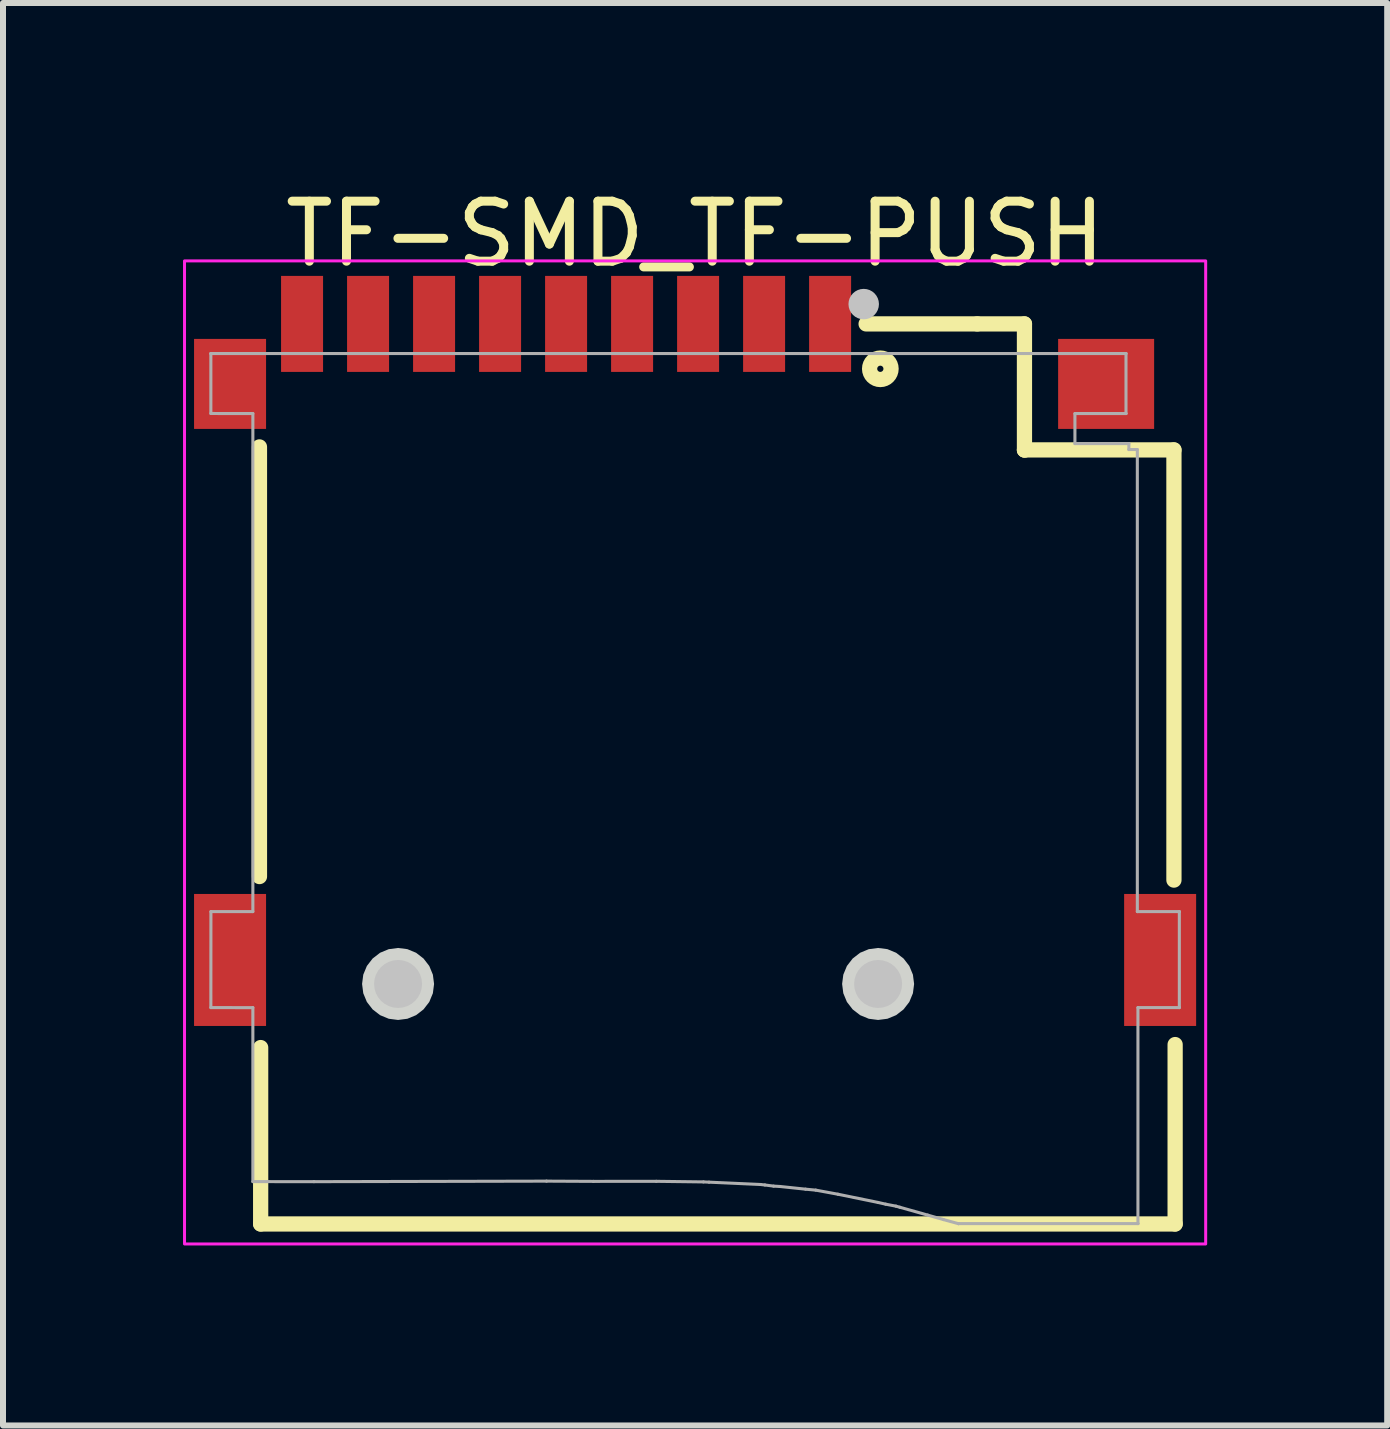
<source format=kicad_pcb>
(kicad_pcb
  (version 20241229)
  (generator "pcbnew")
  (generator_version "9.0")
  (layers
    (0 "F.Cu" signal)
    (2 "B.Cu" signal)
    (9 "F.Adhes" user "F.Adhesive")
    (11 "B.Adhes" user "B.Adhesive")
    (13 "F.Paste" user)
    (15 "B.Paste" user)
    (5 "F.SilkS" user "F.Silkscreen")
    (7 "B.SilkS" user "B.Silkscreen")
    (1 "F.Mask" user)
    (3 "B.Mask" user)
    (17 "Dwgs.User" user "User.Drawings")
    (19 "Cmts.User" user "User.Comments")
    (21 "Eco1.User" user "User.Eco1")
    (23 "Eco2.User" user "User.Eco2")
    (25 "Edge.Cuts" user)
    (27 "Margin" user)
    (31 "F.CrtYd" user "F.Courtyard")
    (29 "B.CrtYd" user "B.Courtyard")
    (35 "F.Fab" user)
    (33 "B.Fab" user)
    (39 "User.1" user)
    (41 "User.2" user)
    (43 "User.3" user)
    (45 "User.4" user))
  (footprint "TF-SMD_TF-PUSH"
    (layer "F.Cu")
    (at 8.534 7.648)
    (property "Reference" "TF-SMD_TF-PUSH" (at 0 -6.8 0) (layer "F.SilkS") (effects (font (size 1 1) (thickness 0.15))))
    (fp_line (start -7.26 -3.25) (end -7.26 3.91) (stroke (width 0.254) (type default)) (layer "F.SilkS"))
    (fp_line (start -7.24 9.7) (end -7.24 6.76) (stroke (width 0.254) (type default)) (layer "F.SilkS"))
    (fp_line (start -7.24 9.7) (end 8 9.7) (stroke (width 0.254) (type default)) (layer "F.SilkS"))
    (fp_line (start 4.702 -5.3) (end 2.85 -5.3) (stroke (width 0.254) (type default)) (layer "F.SilkS"))
    (fp_line (start 4.702 -5.3) (end 5.489 -5.3) (stroke (width 0.254) (type default)) (layer "F.SilkS"))
    (fp_line (start 5.489 -5.3) (end 5.489 -3.199) (stroke (width 0.254) (type default)) (layer "F.SilkS"))
    (fp_line (start 5.489 -3.199) (end 5.5 -3.2) (stroke (width 0.254) (type default)) (layer "F.SilkS"))
    (fp_line (start 7.98 -3.2) (end 5.49 -3.2) (stroke (width 0.254) (type default)) (layer "F.SilkS"))
    (fp_line (start 7.98 3.969) (end 7.98 -3.2) (stroke (width 0.254) (type default)) (layer "F.SilkS"))
    (fp_line (start 8 9.7) (end 8 6.71) (stroke (width 0.254) (type default)) (layer "F.SilkS"))
    (fp_circle (center 3.087 -4.552) (end 3.139 -4.552) (stroke (width 0.254) (type default)) (fill no) (layer "F.SilkS"))
    (fp_circle (center -4.95 5.7) (end -4.75 5.7) (stroke (width 0.4) (type default)) (fill no) (layer "Dwgs.User"))
    (fp_circle (center 2.81 -5.63) (end 2.937 -5.63) (stroke (width 0.254) (type default)) (fill no) (layer "Dwgs.User"))
    (fp_circle (center 3.05 5.7) (end 3.25 5.7) (stroke (width 0.4) (type default)) (fill no) (layer "Dwgs.User"))
    (fp_poly (pts (xy -4.35 5.7) (xy -4.37 5.545) (xy -4.43 5.4) (xy -4.526 5.276) (xy -4.65 5.18) (xy -4.795 5.12) (xy -4.95 5.1) (xy -5.105 5.12) (xy -5.25 5.18) (xy -5.374 5.276) (xy -5.47 5.4) (xy -5.53 5.545) (xy -5.55 5.7) (xy -5.53 5.855) (xy -5.47 6) (xy -5.374 6.124) (xy -5.25 6.22) (xy -5.105 6.28) (xy -4.95 6.3) (xy -4.795 6.28) (xy -4.65 6.22) (xy -4.526 6.124) (xy -4.43 6) (xy -4.37 5.855)) (stroke (width 0) (type default)) (fill yes) (layer "Edge.Cuts"))
    (fp_poly (pts (xy 3.65 5.7) (xy 3.63 5.545) (xy 3.57 5.4) (xy 3.474 5.276) (xy 3.35 5.18) (xy 3.205 5.12) (xy 3.05 5.1) (xy 2.895 5.12) (xy 2.75 5.18) (xy 2.626 5.276) (xy 2.53 5.4) (xy 2.47 5.545) (xy 2.45 5.7) (xy 2.47 5.855) (xy 2.53 6) (xy 2.626 6.124) (xy 2.75 6.22) (xy 2.895 6.28) (xy 3.05 6.3) (xy 3.205 6.28) (xy 3.35 6.22) (xy 3.474 6.124) (xy 3.57 6) (xy 3.63 5.855)) (stroke (width 0) (type default)) (fill yes) (layer "Edge.Cuts"))
    (fp_rect (start -8.509 -6.35) (end 8.509 10.033) (stroke (width 0.05) (type default)) (fill no) (layer "F.CrtYd"))
    (fp_line (start -8.07 -4.806) (end 7.181 -4.806) (stroke (width 0.051) (type default)) (layer "F.Fab"))
    (fp_line (start -8.07 -4.806) (end -8.07 -4.806) (stroke (width 0.051) (type default)) (layer "F.Fab"))
    (fp_line (start -8.07 -3.807) (end -8.07 -4.806) (stroke (width 0.051) (type default)) (layer "F.Fab"))
    (fp_line (start -8.07 6.094) (end -8.069 4.494) (stroke (width 0.051) (type default)) (layer "F.Fab"))
    (fp_line (start -8.069 4.494) (end -7.37 4.494) (stroke (width 0.051) (type default)) (layer "F.Fab"))
    (fp_line (start -7.37 -3.806) (end -8.07 -3.807) (stroke (width 0.051) (type default)) (layer "F.Fab"))
    (fp_line (start -7.37 4.494) (end -7.37 -3.806) (stroke (width 0.051) (type default)) (layer "F.Fab"))
    (fp_line (start -7.37 6.095) (end -8.07 6.094) (stroke (width 0.051) (type default)) (layer "F.Fab"))
    (fp_line (start -7.37 8.994) (end -7.37 6.095) (stroke (width 0.051) (type default)) (layer "F.Fab"))
    (fp_line (start -6.352 8.995) (end -7.37 8.994) (stroke (width 0.051) (type default)) (layer "F.Fab"))
    (fp_line (start -2.476 8.986) (end -6.352 8.995) (stroke (width 0.051) (type default)) (layer "F.Fab"))
    (fp_line (start -1.695 8.99) (end -2.476 8.986) (stroke (width 0.051) (type default)) (layer "F.Fab"))
    (fp_line (start -0.647 8.989) (end -1.695 8.99) (stroke (width 0.051) (type default)) (layer "F.Fab"))
    (fp_line (start 0.139 8.999) (end -0.647 8.989) (stroke (width 0.051) (type default)) (layer "F.Fab"))
    (fp_line (start 0.232 9.003) (end 0.139 8.999) (stroke (width 0.051) (type default)) (layer "F.Fab"))
    (fp_line (start 1.091 9.042) (end 0.232 9.003) (stroke (width 0.051) (type default)) (layer "F.Fab"))
    (fp_line (start 1.163 9.05) (end 1.091 9.042) (stroke (width 0.051) (type default)) (layer "F.Fab"))
    (fp_line (start 1.308 9.069) (end 1.163 9.05) (stroke (width 0.051) (type default)) (layer "F.Fab"))
    (fp_line (start 1.414 9.075) (end 1.308 9.069) (stroke (width 0.051) (type default)) (layer "F.Fab"))
    (fp_line (start 1.841 9.12) (end 1.414 9.075) (stroke (width 0.051) (type default)) (layer "F.Fab"))
    (fp_line (start 2.011 9.136) (end 1.841 9.12) (stroke (width 0.051) (type default)) (layer "F.Fab"))
    (fp_line (start 2.38 9.204) (end 2.011 9.136) (stroke (width 0.051) (type default)) (layer "F.Fab"))
    (fp_line (start 3.048 9.341) (end 2.38 9.204) (stroke (width 0.051) (type default)) (layer "F.Fab"))
    (fp_line (start 3.176 9.37) (end 3.048 9.341) (stroke (width 0.051) (type default)) (layer "F.Fab"))
    (fp_line (start 3.348 9.403) (end 3.176 9.37) (stroke (width 0.051) (type default)) (layer "F.Fab"))
    (fp_line (start 3.412 9.421) (end 3.348 9.403) (stroke (width 0.051) (type default)) (layer "F.Fab"))
    (fp_line (start 3.876 9.552) (end 3.412 9.421) (stroke (width 0.051) (type default)) (layer "F.Fab"))
    (fp_line (start 4.141 9.627) (end 3.876 9.552) (stroke (width 0.051) (type default)) (layer "F.Fab"))
    (fp_line (start 4.388 9.695) (end 4.141 9.627) (stroke (width 0.051) (type default)) (layer "F.Fab"))
    (fp_line (start 4.389 9.694) (end 4.388 9.695) (stroke (width 0.051) (type default)) (layer "F.Fab"))
    (fp_line (start 6.33 -3.806) (end 6.33 -3.305) (stroke (width 0.051) (type default)) (layer "F.Fab"))
    (fp_line (start 6.33 -3.305) (end 7.229 -3.305) (stroke (width 0.051) (type default)) (layer "F.Fab"))
    (fp_line (start 7.181 -4.806) (end 7.181 -4.806) (stroke (width 0.051) (type default)) (layer "F.Fab"))
    (fp_line (start 7.181 -4.806) (end 7.181 -3.807) (stroke (width 0.051) (type default)) (layer "F.Fab"))
    (fp_line (start 7.181 -3.807) (end 7.181 -3.806) (stroke (width 0.051) (type default)) (layer "F.Fab"))
    (fp_line (start 7.181 -3.806) (end 6.33 -3.806) (stroke (width 0.051) (type default)) (layer "F.Fab"))
    (fp_line (start 7.229 -3.305) (end 7.229 -3.206) (stroke (width 0.051) (type default)) (layer "F.Fab"))
    (fp_line (start 7.229 -3.206) (end 7.37 -3.206) (stroke (width 0.051) (type default)) (layer "F.Fab"))
    (fp_line (start 7.37 -3.206) (end 7.37 4.494) (stroke (width 0.051) (type default)) (layer "F.Fab"))
    (fp_line (start 7.37 4.494) (end 8.069 4.494) (stroke (width 0.051) (type default)) (layer "F.Fab"))
    (fp_line (start 7.38 9.694) (end 4.389 9.694) (stroke (width 0.051) (type default)) (layer "F.Fab"))
    (fp_line (start 7.38 6.094) (end 7.38 9.693) (stroke (width 0.051) (type default)) (layer "F.Fab"))
    (fp_line (start 7.38 9.693) (end 7.38 9.694) (stroke (width 0.051) (type default)) (layer "F.Fab"))
    (fp_line (start 8.069 4.494) (end 8.07 4.495) (stroke (width 0.051) (type default)) (layer "F.Fab"))
    (fp_line (start 8.069 6.094) (end 7.38 6.094) (stroke (width 0.051) (type default)) (layer "F.Fab"))
    (fp_line (start 8.07 4.495) (end 8.07 6.093) (stroke (width 0.051) (type default)) (layer "F.Fab"))
    (fp_line (start 8.07 6.093) (end 8.069 6.094) (stroke (width 0.051) (type default)) (layer "F.Fab"))
    (fp_poly (pts (xy -6.7 -5.505) (xy -6.4 -5.505) (xy -6.4 -4.805) (xy -6.7 -4.805)) (stroke (width 0.1) (type default)) (fill no) (layer "User.1"))
    (fp_poly (pts (xy -5.6 -5.505) (xy -5.3 -5.505) (xy -5.3 -4.805) (xy -5.6 -4.805)) (stroke (width 0.1) (type default)) (fill no) (layer "User.1"))
    (fp_poly (pts (xy -4.5 -5.505) (xy -4.2 -5.505) (xy -4.2 -4.805) (xy -4.5 -4.805)) (stroke (width 0.1) (type default)) (fill no) (layer "User.1"))
    (fp_poly (pts (xy -3.4 -5.505) (xy -3.1 -5.505) (xy -3.1 -4.805) (xy -3.4 -4.805)) (stroke (width 0.1) (type default)) (fill no) (layer "User.1"))
    (fp_poly (pts (xy -2.3 -5.505) (xy -2 -5.505) (xy -2 -4.805) (xy -2.3 -4.805)) (stroke (width 0.1) (type default)) (fill no) (layer "User.1"))
    (fp_poly (pts (xy -1.2 -5.505) (xy -0.9 -5.505) (xy -0.9 -4.805) (xy -1.2 -4.805)) (stroke (width 0.1) (type default)) (fill no) (layer "User.1"))
    (fp_poly (pts (xy -0.1 -5.505) (xy 0.2 -5.505) (xy 0.2 -4.805) (xy -0.1 -4.805)) (stroke (width 0.1) (type default)) (fill no) (layer "User.1"))
    (fp_poly (pts (xy 1 -5.505) (xy 1.3 -5.505) (xy 1.3 -4.805) (xy 1 -4.805)) (stroke (width 0.1) (type default)) (fill no) (layer "User.1"))
    (fp_poly (pts (xy 2.1 -5.505) (xy 2.4 -5.505) (xy 2.4 -4.805) (xy 2.1 -4.805)) (stroke (width 0.1) (type default)) (fill no) (layer "User.1"))
    (fp_poly (pts (xy -7.369 6.094) (xy -7.37 4.495) (xy -8.069 4.495) (xy -8.069 6.093) (xy -8.008 6.093)) (stroke (width 0.1) (type default)) (fill no) (layer "User.1"))
    (fp_poly (pts (xy 8.069 6.091) (xy 8.069 4.492) (xy 7.369 4.492) (xy 7.369 6.091) (xy 7.429 6.091)) (stroke (width 0.1) (type default)) (fill no) (layer "User.1"))
    (fp_poly (pts (xy -7.37 -3.806) (xy -8.069 -3.806) (xy -8.07 -4.806) (xy -7.383 -4.806) (xy -7.381 -4.805) (xy -7.384 -4.497)) (stroke (width 0.1) (type default)) (fill no) (layer "User.1"))
    (fp_poly (pts (xy 6.481 -3.805) (xy 7.181 -3.805) (xy 7.181 -4.804) (xy 6.494 -4.805) (xy 6.47 -4.806) (xy 6.472 -4.752) (xy 6.473 -4.671) (xy 6.474 -4.498)) (stroke (width 0.1) (type default)) (fill no) (layer "User.1"))
    (fp_poly (pts (xy 8.13 -5.505) (xy 8.112 -5.547) (xy 8.07 -5.565) (xy 8.028 -5.547) (xy 8.01 -5.505) (xy 8.028 -5.463) (xy 8.07 -5.445) (xy 8.112 -5.463)) (stroke (width 0.1) (type default)) (fill no) (layer "User.3"))
    (pad "1" smd rect (at 2.25 -5.3) (size 0.7 1.6) (layers "F.Cu" "F.Mask" "F.Paste"))
    (pad "2" smd rect (at 1.15 -5.3) (size 0.7 1.6) (layers "F.Cu" "F.Mask" "F.Paste"))
    (pad "3" smd rect (at 0.05 -5.3) (size 0.7 1.6) (layers "F.Cu" "F.Mask" "F.Paste"))
    (pad "4" smd rect (at -1.05 -5.3) (size 0.7 1.6) (layers "F.Cu" "F.Mask" "F.Paste"))
    (pad "5" smd rect (at -2.15 -5.3) (size 0.7 1.6) (layers "F.Cu" "F.Mask" "F.Paste"))
    (pad "6" smd rect (at -3.25 -5.3) (size 0.7 1.6) (layers "F.Cu" "F.Mask" "F.Paste"))
    (pad "7" smd rect (at -4.35 -5.3) (size 0.7 1.6) (layers "F.Cu" "F.Mask" "F.Paste"))
    (pad "8" smd rect (at -5.45 -5.3) (size 0.7 1.6) (layers "F.Cu" "F.Mask" "F.Paste"))
    (pad "9" smd rect (at -6.55 -5.3) (size 0.7 1.6) (layers "F.Cu" "F.Mask" "F.Paste"))
    (pad "10" smd rect (at -7.75 -4.3) (size 1.2 1.5) (layers "F.Cu" "F.Mask" "F.Paste"))
    (pad "11" smd rect (at -7.75 5.3) (size 1.2 2.2) (layers "F.Cu" "F.Mask" "F.Paste"))
    (pad "12" smd rect (at 7.75 5.3) (size 1.2 2.2) (layers "F.Cu" "F.Mask" "F.Paste"))
    (pad "13" smd rect (at 6.85 -4.3) (size 1.6 1.5) (layers "F.Cu" "F.Mask" "F.Paste")))
  (gr_rect
    (start -3 -3)
    (end 20.068 20.706)
    (stroke (width 0.1) (type default))
    (fill no)
    (layer "Edge.Cuts")))
</source>
